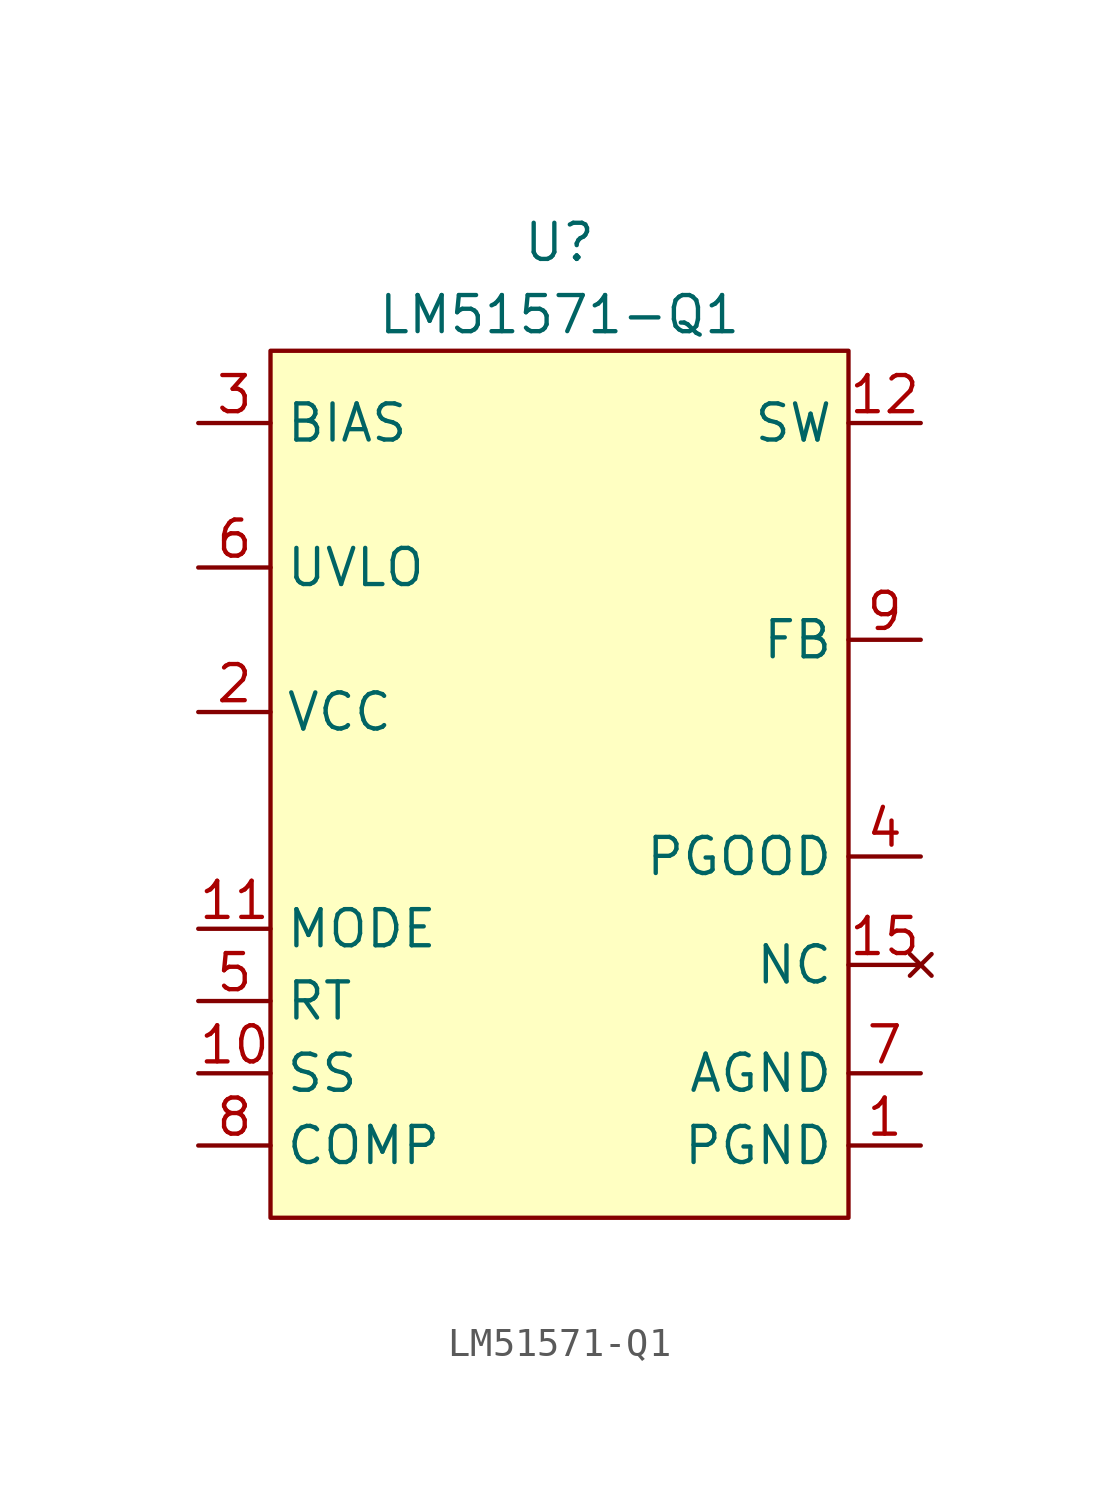
<source format=kicad_sym>
(kicad_symbol_lib
  (version 20231120)
  (generator "kicad_symbol_editor")
  (generator_version "8.0")
  (symbol "LM51571-Q1"
    (property "Reference" "U"
      (at 0 19.05 0)
      (do_not_autoplace)
      (effects (font (size 1.27 1.27))))
    (property "Value" "LM51571-Q1"
      (at 0 16.51 0)
      (do_not_autoplace)
      (effects (font (size 1.27 1.27))))
    (symbol "LM51571-Q1_0_0"
      (pin passive line (at 12.7 -12.7 180) (length 2.54) (name "PGND" (effects (font (size 1.27 1.27)))) (number "1" (effects (font (size 1.27 1.27)))))
      (pin input line (at -12.7 -10.16 0) (length 2.54) (name "SS" (effects (font (size 1.27 1.27)))) (number "10" (effects (font (size 1.27 1.27)))))
      (pin input line (at -12.7 -5.08 0) (length 2.54) (name "MODE" (effects (font (size 1.27 1.27)))) (number "11" (effects (font (size 1.27 1.27)))))
      (pin passive line (at 12.7 12.7 180) (length 2.54) (name "SW" (effects (font (size 1.27 1.27)))) (number "12" (effects (font (size 1.27 1.27)))))
      (pin power_in line (at -12.7 12.7 0) (length 2.54) (name "BIAS" (effects (font (size 1.27 1.27)))) (number "3" (effects (font (size 1.27 1.27)))))
      (pin output line (at 12.7 -2.54 180) (length 2.54) (name "PGOOD" (effects (font (size 1.27 1.27)))) (number "4" (effects (font (size 1.27 1.27)))))
      (pin input line (at -12.7 -7.62 0) (length 2.54) (name "RT" (effects (font (size 1.27 1.27)))) (number "5" (effects (font (size 1.27 1.27)))))
      (pin passive line (at 12.7 -10.16 180) (length 2.54) (name "AGND" (effects (font (size 1.27 1.27)))) (number "7" (effects (font (size 1.27 1.27)))))
      (pin output line (at -12.7 -12.7 0) (length 2.54) (name "COMP" (effects (font (size 1.27 1.27)))) (number "8" (effects (font (size 1.27 1.27)))))
      (pin input line (at 12.7 5.08 180) (length 2.54) (name "FB" (effects (font (size 1.27 1.27)))) (number "9" (effects (font (size 1.27 1.27))))))
    (symbol "LM51571-Q1_1_0"
      (pin passive line (at 12.7 12.7 180) (length 2.54) hide (name "SW" (effects (font (size 1.27 1.27)))) (number "13" (effects (font (size 1.27 1.27)))))
      (pin passive line (at 12.7 12.7 180) (length 2.54) hide (name "SW" (effects (font (size 1.27 1.27)))) (number "14" (effects (font (size 1.27 1.27)))))
      (pin no_connect line (at 12.7 -6.35 180) (length 2.54) (name "NC" (effects (font (size 1.27 1.27)))) (number "15" (effects (font (size 1.27 1.27)))))
      (pin passive line (at 12.7 -12.7 180) (length 2.54) hide (name "PGND" (effects (font (size 1.27 1.27)))) (number "16" (effects (font (size 1.27 1.27)))))
      (pin passive line (at 12.7 -10.16 180) (length 2.54) hide (name "AGND" (effects (font (size 1.27 1.27)))) (number "17" (effects (font (size 1.27 1.27)))))
      (pin power_out line (at -12.7 2.54 0) (length 2.54) (name "VCC" (effects (font (size 1.27 1.27)))) (number "2" (effects (font (size 1.27 1.27)))))
      (pin input line (at -12.7 7.62 0) (length 2.54) (name "UVLO" (effects (font (size 1.27 1.27)))) (number "6" (effects (font (size 1.27 1.27)))) (alternate "EN" input line) (alternate "SYNC" input line)))
    (symbol "LM51571-Q1_1_1"
      (rectangle (start -10.16 15.24) (end 10.16 -15.24) (stroke (width 0) (type default)) (fill (type background))))))
</source>
